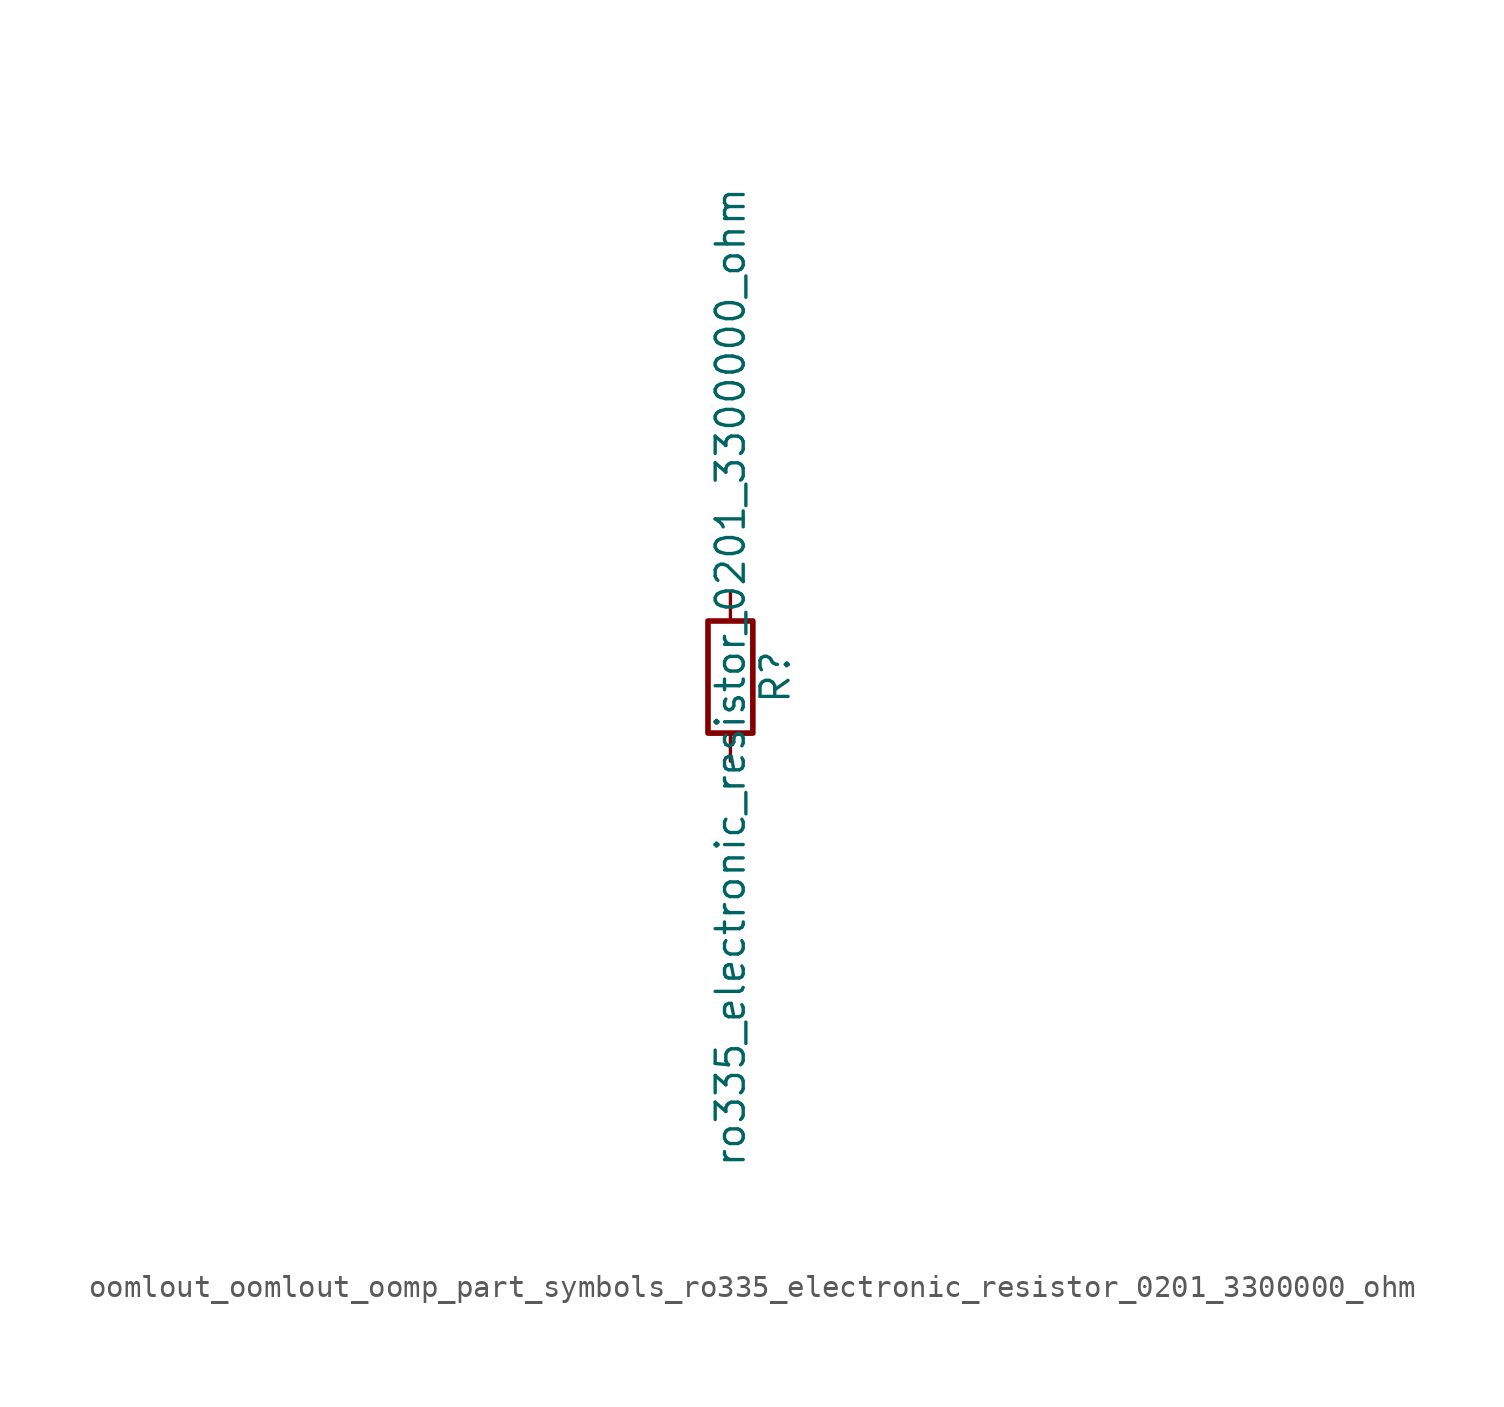
<source format=kicad_sym>
(kicad_symbol_lib
  (version 20220914)
  (generator kicad_symbol_editor)
  (symbol "oomlout_oomlout_oomp_part_symbols_ro335_electronic_resistor_0201_3300000_ohm"
    (pin_numbers hide)
    (pin_names
      (offset 0))
    (property "Reference" "R"
      (at 2.032 0 90)
      (effects (font (size 1.27 1.27))))
    (property "Value" "ro335_electronic_resistor_0201_3300000_ohm"
      (at 0 0 90)
      (effects (font (size 1.27 1.27))))
    (symbol "oomlout_oomlout_oomp_part_symbols_ro335_electronic_resistor_0201_3300000_ohm_0_1"
      (rectangle (start -1.016 -2.54) (end 1.016 2.54) (stroke (width 0.254) (type default)) (fill (type none))))
    (symbol "oomlout_oomlout_oomp_part_symbols_ro335_electronic_resistor_0201_3300000_ohm_1_1"
      (pin passive line (at 0 3.81 270) (length 1.27) (name "~" (effects (font (size 1.27 1.27)))) (number "1" (effects (font (size 1.27 1.27)))))
      (pin passive line (at 0 -3.81 90) (length 1.27) (name "~" (effects (font (size 1.27 1.27)))) (number "2" (effects (font (size 1.27 1.27))))))))
</source>
